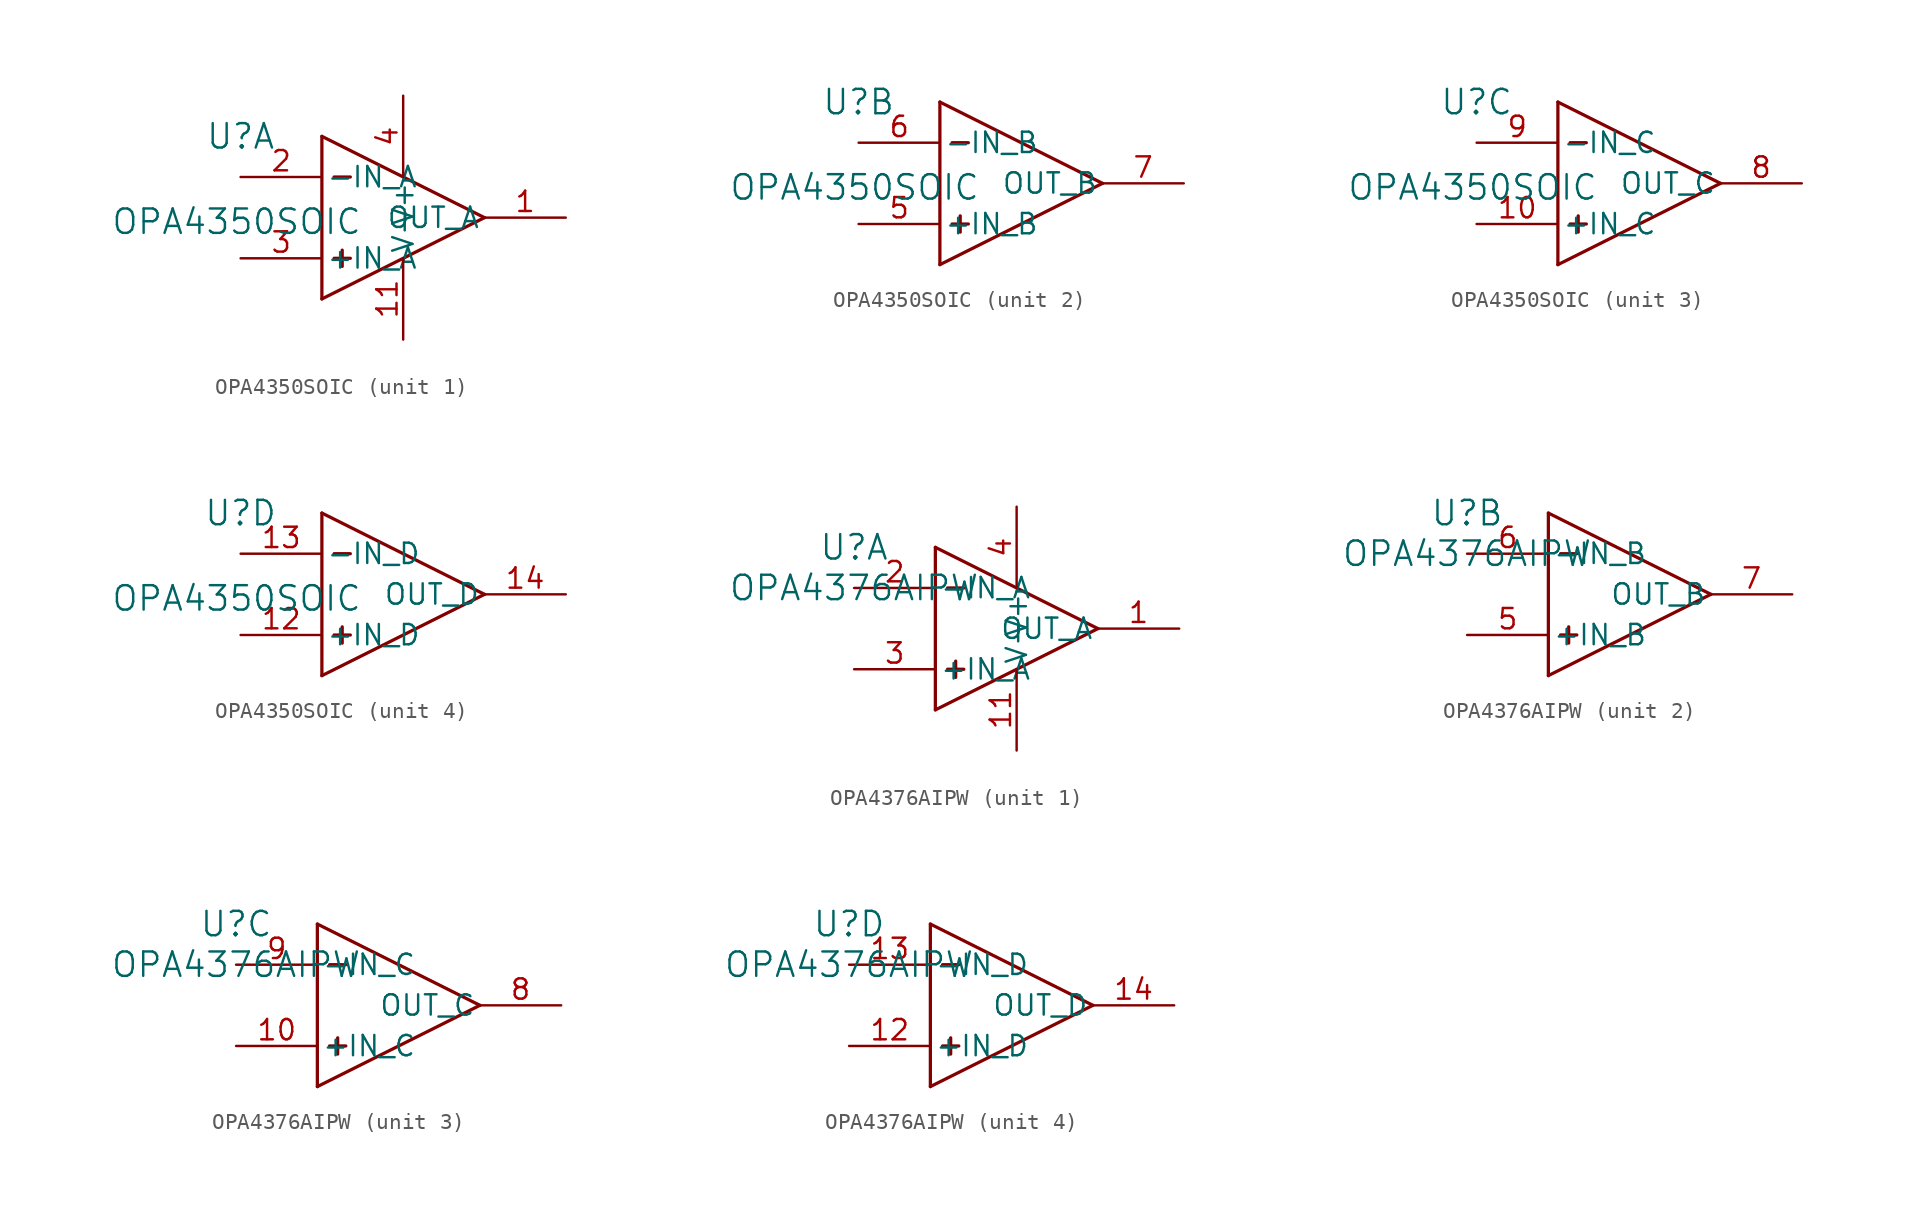
<source format=kicad_sym>
(kicad_symbol_lib
  (version 20241209)
  (generator "kicad_symbol_editor")
  (generator_version "9.0")
  (symbol "OPA4350SOIC"
    (pin_names
      (offset 0.254))
    (property "Reference" "U"
      (at 0 2.54 0)
      (effects (font (size 1.524 1.524))))
    (property "Value" "OPA4350SOIC"
      (at -0.254 -2.794 0)
      (effects (font (size 1.524 1.524))))
    (property "ki_locked" ""
      (at 0 0 0)
      (effects (font (size 1.27 1.27))))
    (symbol "OPA4350SOIC_1_1"
      (polyline (pts (xy 5.08 2.54) (xy 15.24 -2.54)) (stroke (width 0.203) (type default)) (fill (type none)))
      (polyline (pts (xy 5.08 -7.62) (xy 5.08 2.54)) (stroke (width 0.203) (type default)) (fill (type none)))
      (polyline (pts (xy 5.08 -7.62) (xy 15.24 -2.54)) (stroke (width 0.203) (type default)) (fill (type none)))
      (polyline (pts (xy 5.842 0) (xy 6.858 0)) (stroke (width 0.203) (type default)) (fill (type none)))
      (polyline (pts (xy 5.842 -5.08) (xy 6.858 -5.08)) (stroke (width 0.203) (type default)) (fill (type none)))
      (polyline (pts (xy 6.35 -4.572) (xy 6.35 -5.588)) (stroke (width 0.203) (type default)) (fill (type none)))
      (pin tri_state line (at 0 0 0) (length 5.08) (name "-IN_A" (effects (font (size 1.27 1.27)))) (number "2" (effects (font (size 1.27 1.27)))))
      (pin tri_state line (at 0 -5.08 0) (length 5.08) (name "+IN_A" (effects (font (size 1.27 1.27)))) (number "3" (effects (font (size 1.27 1.27)))))
      (pin power_in line (at 10.16 5.08 270) (length 5.08) (name "V+" (effects (font (size 1.27 1.27)))) (number "4" (effects (font (size 1.27 1.27)))))
      (pin power_in line (at 10.16 -10.16 90) (length 5.08) (name "V-" (effects (font (size 1.27 1.27)))) (number "11" (effects (font (size 1.27 1.27)))))
      (pin unspecified line (at 20.32 -2.54 180) (length 5.08) (name "OUT_A" (effects (font (size 1.27 1.27)))) (number "1" (effects (font (size 1.27 1.27))))))
    (symbol "OPA4350SOIC_2_1"
      (polyline (pts (xy 5.08 2.54) (xy 15.24 -2.54)) (stroke (width 0.203) (type default)) (fill (type none)))
      (polyline (pts (xy 5.08 -7.62) (xy 5.08 2.54)) (stroke (width 0.203) (type default)) (fill (type none)))
      (polyline (pts (xy 5.08 -7.62) (xy 15.24 -2.54)) (stroke (width 0.203) (type default)) (fill (type none)))
      (polyline (pts (xy 5.842 0) (xy 6.858 0)) (stroke (width 0.203) (type default)) (fill (type none)))
      (polyline (pts (xy 5.842 -5.08) (xy 6.858 -5.08)) (stroke (width 0.203) (type default)) (fill (type none)))
      (polyline (pts (xy 6.35 -4.572) (xy 6.35 -5.588)) (stroke (width 0.203) (type default)) (fill (type none)))
      (pin tri_state line (at 0 0 0) (length 5.08) (name "-IN_B" (effects (font (size 1.27 1.27)))) (number "6" (effects (font (size 1.27 1.27)))))
      (pin tri_state line (at 0 -5.08 0) (length 5.08) (name "+IN_B" (effects (font (size 1.27 1.27)))) (number "5" (effects (font (size 1.27 1.27)))))
      (pin unspecified line (at 20.32 -2.54 180) (length 5.08) (name "OUT_B" (effects (font (size 1.27 1.27)))) (number "7" (effects (font (size 1.27 1.27))))))
    (symbol "OPA4350SOIC_3_1"
      (polyline (pts (xy 5.08 2.54) (xy 15.24 -2.54)) (stroke (width 0.203) (type default)) (fill (type none)))
      (polyline (pts (xy 5.08 -7.62) (xy 5.08 2.54)) (stroke (width 0.203) (type solid)) (fill (type background)))
      (polyline (pts (xy 5.08 -7.62) (xy 15.24 -2.54)) (stroke (width 0.203) (type default)) (fill (type none)))
      (polyline (pts (xy 5.842 0) (xy 6.858 0)) (stroke (width 0.203) (type default)) (fill (type none)))
      (polyline (pts (xy 5.842 -5.08) (xy 6.858 -5.08)) (stroke (width 0.203) (type default)) (fill (type none)))
      (polyline (pts (xy 6.35 -4.572) (xy 6.35 -5.588)) (stroke (width 0.203) (type default)) (fill (type none)))
      (pin tri_state line (at 0 0 0) (length 5.08) (name "-IN_C" (effects (font (size 1.27 1.27)))) (number "9" (effects (font (size 1.27 1.27)))))
      (pin tri_state line (at 0 -5.08 0) (length 5.08) (name "+IN_C" (effects (font (size 1.27 1.27)))) (number "10" (effects (font (size 1.27 1.27)))))
      (pin unspecified line (at 20.32 -2.54 180) (length 5.08) (name "OUT_C" (effects (font (size 1.27 1.27)))) (number "8" (effects (font (size 1.27 1.27))))))
    (symbol "OPA4350SOIC_4_1"
      (polyline (pts (xy 5.08 2.54) (xy 15.24 -2.54)) (stroke (width 0.203) (type default)) (fill (type none)))
      (polyline (pts (xy 5.08 -7.62) (xy 5.08 2.54)) (stroke (width 0.203) (type default)) (fill (type none)))
      (polyline (pts (xy 5.08 -7.62) (xy 15.24 -2.54)) (stroke (width 0.203) (type default)) (fill (type none)))
      (polyline (pts (xy 5.842 0) (xy 6.858 0)) (stroke (width 0.203) (type default)) (fill (type none)))
      (polyline (pts (xy 5.842 -5.08) (xy 6.858 -5.08)) (stroke (width 0.203) (type default)) (fill (type none)))
      (polyline (pts (xy 6.35 -4.572) (xy 6.35 -5.588)) (stroke (width 0.203) (type default)) (fill (type none)))
      (pin tri_state line (at 0 0 0) (length 5.08) (name "-IN_D" (effects (font (size 1.27 1.27)))) (number "13" (effects (font (size 1.27 1.27)))))
      (pin tri_state line (at 0 -5.08 0) (length 5.08) (name "+IN_D" (effects (font (size 1.27 1.27)))) (number "12" (effects (font (size 1.27 1.27)))))
      (pin unspecified line (at 20.32 -2.54 180) (length 5.08) (name "OUT_D" (effects (font (size 1.27 1.27)))) (number "14" (effects (font (size 1.27 1.27)))))))
  (symbol "OPA4376AIPW"
    (pin_names
      (offset 0.254))
    (property "Reference" "U"
      (at 0 2.54 0)
      (effects (font (size 1.524 1.524))))
    (property "Value" "OPA4376AIPW"
      (at 0 0 0)
      (effects (font (size 1.524 1.524))))
    (property "ki_locked" ""
      (at 0 0 0)
      (effects (font (size 1.27 1.27))))
    (symbol "OPA4376AIPW_1_1"
      (polyline (pts (xy 5.08 2.54) (xy 15.24 -2.54)) (stroke (width 0.203) (type default)) (fill (type none)))
      (polyline (pts (xy 5.08 -7.62) (xy 5.08 2.54)) (stroke (width 0.203) (type default)) (fill (type none)))
      (polyline (pts (xy 5.08 -7.62) (xy 15.24 -2.54)) (stroke (width 0.203) (type default)) (fill (type none)))
      (polyline (pts (xy 5.842 0) (xy 6.858 0)) (stroke (width 0.203) (type default)) (fill (type none)))
      (polyline (pts (xy 5.842 -5.08) (xy 6.858 -5.08)) (stroke (width 0.203) (type default)) (fill (type none)))
      (polyline (pts (xy 6.35 -4.572) (xy 6.35 -5.588)) (stroke (width 0.203) (type default)) (fill (type none)))
      (pin tri_state line (at 0 0 0) (length 5.08) (name "-IN_A" (effects (font (size 1.27 1.27)))) (number "2" (effects (font (size 1.27 1.27)))))
      (pin tri_state line (at 0 -5.08 0) (length 5.08) (name "+IN_A" (effects (font (size 1.27 1.27)))) (number "3" (effects (font (size 1.27 1.27)))))
      (pin power_in line (at 10.16 5.08 270) (length 5.08) (name "V+" (effects (font (size 1.27 1.27)))) (number "4" (effects (font (size 1.27 1.27)))))
      (pin power_in line (at 10.16 -10.16 90) (length 5.08) (name "V-" (effects (font (size 1.27 1.27)))) (number "11" (effects (font (size 1.27 1.27)))))
      (pin unspecified line (at 20.32 -2.54 180) (length 5.08) (name "OUT_A" (effects (font (size 1.27 1.27)))) (number "1" (effects (font (size 1.27 1.27))))))
    (symbol "OPA4376AIPW_2_1"
      (polyline (pts (xy 5.08 2.54) (xy 15.24 -2.54)) (stroke (width 0.203) (type default)) (fill (type none)))
      (polyline (pts (xy 5.08 -7.62) (xy 5.08 2.54)) (stroke (width 0.203) (type default)) (fill (type none)))
      (polyline (pts (xy 5.08 -7.62) (xy 15.24 -2.54)) (stroke (width 0.203) (type default)) (fill (type none)))
      (polyline (pts (xy 5.842 0) (xy 6.858 0)) (stroke (width 0.203) (type default)) (fill (type none)))
      (polyline (pts (xy 5.842 -5.08) (xy 6.858 -5.08)) (stroke (width 0.203) (type default)) (fill (type none)))
      (polyline (pts (xy 6.35 -4.572) (xy 6.35 -5.588)) (stroke (width 0.203) (type default)) (fill (type none)))
      (pin tri_state line (at 0 0 0) (length 5.08) (name "-IN_B" (effects (font (size 1.27 1.27)))) (number "6" (effects (font (size 1.27 1.27)))))
      (pin tri_state line (at 0 -5.08 0) (length 5.08) (name "+IN_B" (effects (font (size 1.27 1.27)))) (number "5" (effects (font (size 1.27 1.27)))))
      (pin unspecified line (at 20.32 -2.54 180) (length 5.08) (name "OUT_B" (effects (font (size 1.27 1.27)))) (number "7" (effects (font (size 1.27 1.27))))))
    (symbol "OPA4376AIPW_3_1"
      (polyline (pts (xy 5.08 2.54) (xy 15.24 -2.54)) (stroke (width 0.203) (type default)) (fill (type none)))
      (polyline (pts (xy 5.08 -7.62) (xy 5.08 2.54)) (stroke (width 0.203) (type default)) (fill (type none)))
      (polyline (pts (xy 5.08 -7.62) (xy 15.24 -2.54)) (stroke (width 0.203) (type default)) (fill (type none)))
      (polyline (pts (xy 5.842 0) (xy 6.858 0)) (stroke (width 0.203) (type default)) (fill (type none)))
      (polyline (pts (xy 5.842 -5.08) (xy 6.858 -5.08)) (stroke (width 0.203) (type default)) (fill (type none)))
      (polyline (pts (xy 6.35 -4.572) (xy 6.35 -5.588)) (stroke (width 0.203) (type default)) (fill (type none)))
      (pin tri_state line (at 0 0 0) (length 5.08) (name "-IN_C" (effects (font (size 1.27 1.27)))) (number "9" (effects (font (size 1.27 1.27)))))
      (pin tri_state line (at 0 -5.08 0) (length 5.08) (name "+IN_C" (effects (font (size 1.27 1.27)))) (number "10" (effects (font (size 1.27 1.27)))))
      (pin unspecified line (at 20.32 -2.54 180) (length 5.08) (name "OUT_C" (effects (font (size 1.27 1.27)))) (number "8" (effects (font (size 1.27 1.27))))))
    (symbol "OPA4376AIPW_4_1"
      (polyline (pts (xy 5.08 2.54) (xy 15.24 -2.54)) (stroke (width 0.203) (type default)) (fill (type none)))
      (polyline (pts (xy 5.08 -7.62) (xy 5.08 2.54)) (stroke (width 0.203) (type default)) (fill (type none)))
      (polyline (pts (xy 5.08 -7.62) (xy 15.24 -2.54)) (stroke (width 0.203) (type default)) (fill (type none)))
      (polyline (pts (xy 5.842 0) (xy 6.858 0)) (stroke (width 0.203) (type default)) (fill (type none)))
      (polyline (pts (xy 5.842 -5.08) (xy 6.858 -5.08)) (stroke (width 0.203) (type default)) (fill (type none)))
      (polyline (pts (xy 6.35 -4.572) (xy 6.35 -5.588)) (stroke (width 0.203) (type default)) (fill (type none)))
      (pin tri_state line (at 0 0 0) (length 5.08) (name "-IN_D" (effects (font (size 1.27 1.27)))) (number "13" (effects (font (size 1.27 1.27)))))
      (pin tri_state line (at 0 -5.08 0) (length 5.08) (name "+IN_D" (effects (font (size 1.27 1.27)))) (number "12" (effects (font (size 1.27 1.27)))))
      (pin unspecified line (at 20.32 -2.54 180) (length 5.08) (name "OUT_D" (effects (font (size 1.27 1.27)))) (number "14" (effects (font (size 1.27 1.27))))))))
</source>
